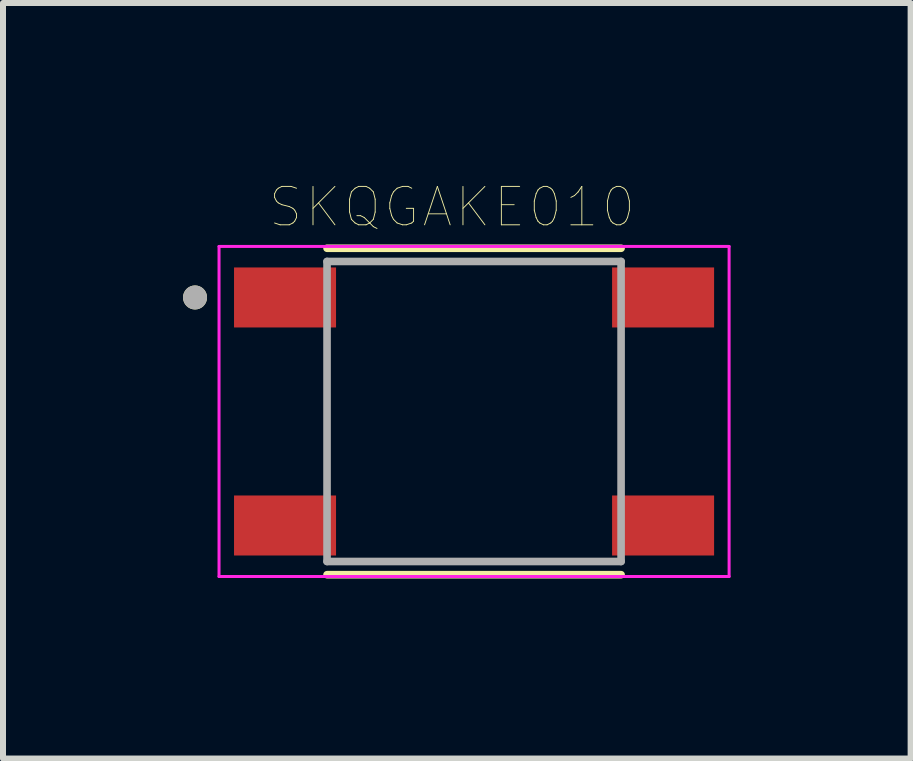
<source format=kicad_pcb>
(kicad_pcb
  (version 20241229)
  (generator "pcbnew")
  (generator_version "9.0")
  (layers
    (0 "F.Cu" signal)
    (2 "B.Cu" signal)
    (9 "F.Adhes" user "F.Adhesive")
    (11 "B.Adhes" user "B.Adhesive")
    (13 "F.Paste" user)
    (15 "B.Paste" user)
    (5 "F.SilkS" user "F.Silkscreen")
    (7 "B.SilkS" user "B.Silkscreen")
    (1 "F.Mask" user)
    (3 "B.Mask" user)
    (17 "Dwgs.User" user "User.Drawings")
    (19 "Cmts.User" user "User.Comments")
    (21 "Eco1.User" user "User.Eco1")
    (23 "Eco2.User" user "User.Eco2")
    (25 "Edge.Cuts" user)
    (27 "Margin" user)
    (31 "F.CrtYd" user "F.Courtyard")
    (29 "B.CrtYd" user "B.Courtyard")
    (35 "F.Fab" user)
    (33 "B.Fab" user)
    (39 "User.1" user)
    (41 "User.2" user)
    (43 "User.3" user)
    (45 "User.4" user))
  (footprint "SKQGAKE010"
    (layer "F.Cu")
    (at 4.85 3.807)
    (property "Reference" "SKQGAKE010" (at -0.368 -3.406 0) (layer "F.SilkS") (effects (font (size 0.64 0.64) (thickness 0.015))))
    (attr through_hole)
    (fp_line (start 2.45 -2.72) (end -2.45 -2.72) (stroke (width 0.127) (type solid)) (layer "F.SilkS"))
    (fp_line (start 2.45 2.72) (end -2.45 2.72) (stroke (width 0.127) (type solid)) (layer "F.SilkS"))
    (fp_circle (center -4.65 -1.9) (end -4.55 -1.9) (stroke (width 0.2) (type solid)) (fill no) (layer "F.SilkS"))
    (fp_line (start -4.25 -2.75) (end -4.25 2.75) (stroke (width 0.05) (type solid)) (layer "F.CrtYd"))
    (fp_line (start -4.25 2.75) (end 4.25 2.75) (stroke (width 0.05) (type solid)) (layer "F.CrtYd"))
    (fp_line (start 4.25 -2.75) (end -4.25 -2.75) (stroke (width 0.05) (type solid)) (layer "F.CrtYd"))
    (fp_line (start 4.25 2.75) (end 4.25 -2.75) (stroke (width 0.05) (type solid)) (layer "F.CrtYd"))
    (fp_line (start -2.45 -2.5) (end -2.45 2.5) (stroke (width 0.127) (type solid)) (layer "F.Fab"))
    (fp_line (start -2.45 2.5) (end 2.45 2.5) (stroke (width 0.127) (type solid)) (layer "F.Fab"))
    (fp_line (start 2.45 -2.5) (end -2.45 -2.5) (stroke (width 0.127) (type solid)) (layer "F.Fab"))
    (fp_line (start 2.45 2.5) (end 2.45 -2.5) (stroke (width 0.127) (type solid)) (layer "F.Fab"))
    (fp_circle (center -4.65 -1.9) (end -4.55 -1.9) (stroke (width 0.2) (type solid)) (fill no) (layer "F.Fab"))
    (pad "1" smd rect (at -3.15 -1.9) (size 1.7 1) (layers "F.Cu" "F.Mask" "F.Paste"))
    (pad "2" smd rect (at 3.15 -1.9) (size 1.7 1) (layers "F.Cu" "F.Mask" "F.Paste"))
    (pad "3" smd rect (at -3.15 1.9) (size 1.7 1) (layers "F.Cu" "F.Mask" "F.Paste"))
    (pad "4" smd rect (at 3.15 1.9) (size 1.7 1) (layers "F.Cu" "F.Mask" "F.Paste")))
  (gr_rect
    (start -3 -3)
    (end 12.125 9.591)
    (stroke (width 0.1) (type default))
    (fill no)
    (layer "Edge.Cuts")))
</source>
